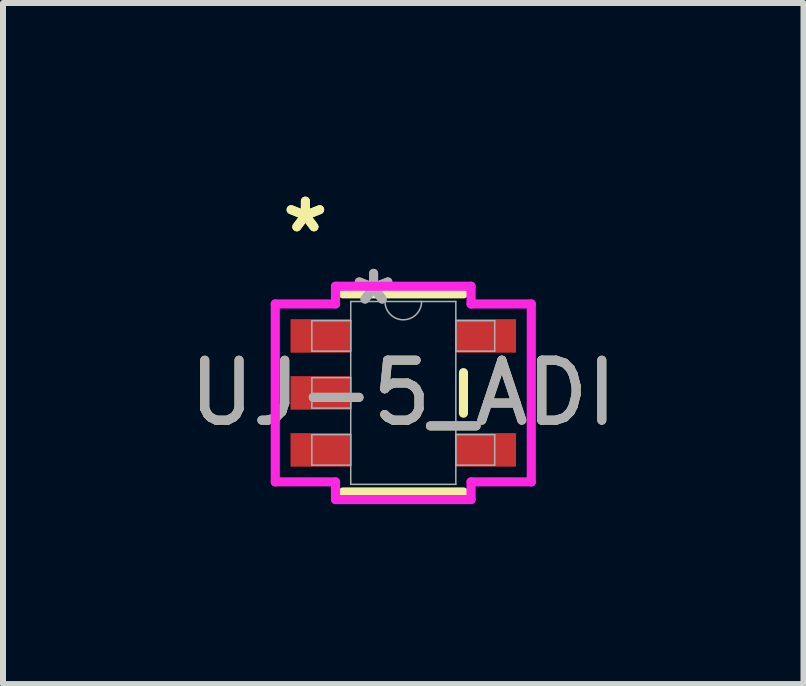
<source format=kicad_pcb>
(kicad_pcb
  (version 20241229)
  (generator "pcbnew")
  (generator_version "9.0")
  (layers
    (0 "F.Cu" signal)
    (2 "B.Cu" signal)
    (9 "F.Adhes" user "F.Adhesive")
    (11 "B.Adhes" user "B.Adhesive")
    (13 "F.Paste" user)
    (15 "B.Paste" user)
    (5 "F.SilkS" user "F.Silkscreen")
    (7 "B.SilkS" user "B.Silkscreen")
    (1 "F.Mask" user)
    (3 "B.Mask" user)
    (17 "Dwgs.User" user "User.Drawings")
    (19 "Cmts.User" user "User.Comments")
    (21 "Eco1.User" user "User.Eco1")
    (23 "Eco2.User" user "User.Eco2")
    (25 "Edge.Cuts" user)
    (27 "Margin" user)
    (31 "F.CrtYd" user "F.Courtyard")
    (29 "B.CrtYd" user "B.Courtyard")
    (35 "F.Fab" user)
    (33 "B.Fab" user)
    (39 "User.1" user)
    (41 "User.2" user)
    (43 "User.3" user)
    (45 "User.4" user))
  (footprint "UJ-5_ADI"
    (layer "F.Cu")
    (at 3.673 3.5)
    (property "Reference" "UJ-5_ADI" (at 0 0 0) (unlocked yes) (layer "F.SilkS") (effects (font (size 1 1) (thickness 0.15))))
    (attr smd)
    (fp_line (start -1.003 1.651) (end 1.003 1.651) (stroke (width 0.152) (type solid)) (layer "F.SilkS"))
    (fp_line (start 1.003 -1.651) (end -1.003 -1.651) (stroke (width 0.152) (type solid)) (layer "F.SilkS"))
    (fp_line (start 1.003 0.338) (end 1.003 -0.338) (stroke (width 0.152) (type solid)) (layer "F.SilkS"))
    (fp_line (start -2.134 -1.483) (end -1.13 -1.483) (stroke (width 0.152) (type solid)) (layer "F.CrtYd"))
    (fp_line (start -2.134 1.483) (end -2.134 -1.483) (stroke (width 0.152) (type solid)) (layer "F.CrtYd"))
    (fp_line (start -2.134 1.483) (end -1.13 1.483) (stroke (width 0.152) (type solid)) (layer "F.CrtYd"))
    (fp_line (start -1.13 -1.778) (end 1.13 -1.778) (stroke (width 0.152) (type solid)) (layer "F.CrtYd"))
    (fp_line (start -1.13 -1.483) (end -1.13 -1.778) (stroke (width 0.152) (type solid)) (layer "F.CrtYd"))
    (fp_line (start -1.13 1.778) (end -1.13 1.483) (stroke (width 0.152) (type solid)) (layer "F.CrtYd"))
    (fp_line (start 1.13 -1.778) (end 1.13 -1.483) (stroke (width 0.152) (type solid)) (layer "F.CrtYd"))
    (fp_line (start 1.13 1.483) (end 1.13 1.778) (stroke (width 0.152) (type solid)) (layer "F.CrtYd"))
    (fp_line (start 1.13 1.778) (end -1.13 1.778) (stroke (width 0.152) (type solid)) (layer "F.CrtYd"))
    (fp_line (start 2.134 -1.483) (end 1.13 -1.483) (stroke (width 0.152) (type solid)) (layer "F.CrtYd"))
    (fp_line (start 2.134 -1.483) (end 2.134 1.483) (stroke (width 0.152) (type solid)) (layer "F.CrtYd"))
    (fp_line (start 2.134 1.483) (end 1.13 1.483) (stroke (width 0.152) (type solid)) (layer "F.CrtYd"))
    (fp_line (start -1.524 -1.204) (end -1.524 -0.696) (stroke (width 0.025) (type solid)) (layer "F.Fab"))
    (fp_line (start -1.524 -0.696) (end -0.876 -0.696) (stroke (width 0.025) (type solid)) (layer "F.Fab"))
    (fp_line (start -1.524 -0.254) (end -1.524 0.254) (stroke (width 0.025) (type solid)) (layer "F.Fab"))
    (fp_line (start -1.524 0.254) (end -0.876 0.254) (stroke (width 0.025) (type solid)) (layer "F.Fab"))
    (fp_line (start -1.524 0.696) (end -1.524 1.204) (stroke (width 0.025) (type solid)) (layer "F.Fab"))
    (fp_line (start -1.524 1.204) (end -0.876 1.204) (stroke (width 0.025) (type solid)) (layer "F.Fab"))
    (fp_line (start -0.876 -1.524) (end -0.876 1.524) (stroke (width 0.025) (type solid)) (layer "F.Fab"))
    (fp_line (start -0.876 -1.204) (end -1.524 -1.204) (stroke (width 0.025) (type solid)) (layer "F.Fab"))
    (fp_line (start -0.876 -0.696) (end -0.876 -1.204) (stroke (width 0.025) (type solid)) (layer "F.Fab"))
    (fp_line (start -0.876 -0.254) (end -1.524 -0.254) (stroke (width 0.025) (type solid)) (layer "F.Fab"))
    (fp_line (start -0.876 0.254) (end -0.876 -0.254) (stroke (width 0.025) (type solid)) (layer "F.Fab"))
    (fp_line (start -0.876 0.696) (end -1.524 0.696) (stroke (width 0.025) (type solid)) (layer "F.Fab"))
    (fp_line (start -0.876 1.204) (end -0.876 0.696) (stroke (width 0.025) (type solid)) (layer "F.Fab"))
    (fp_line (start -0.876 1.524) (end 0.876 1.524) (stroke (width 0.025) (type solid)) (layer "F.Fab"))
    (fp_line (start 0.876 -1.524) (end -0.876 -1.524) (stroke (width 0.025) (type solid)) (layer "F.Fab"))
    (fp_line (start 0.876 -1.204) (end 0.876 -0.696) (stroke (width 0.025) (type solid)) (layer "F.Fab"))
    (fp_line (start 0.876 -0.696) (end 1.524 -0.696) (stroke (width 0.025) (type solid)) (layer "F.Fab"))
    (fp_line (start 0.876 0.696) (end 0.876 1.204) (stroke (width 0.025) (type solid)) (layer "F.Fab"))
    (fp_line (start 0.876 1.204) (end 1.524 1.204) (stroke (width 0.025) (type solid)) (layer "F.Fab"))
    (fp_line (start 0.876 1.524) (end 0.876 -1.524) (stroke (width 0.025) (type solid)) (layer "F.Fab"))
    (fp_line (start 1.524 -1.204) (end 0.876 -1.204) (stroke (width 0.025) (type solid)) (layer "F.Fab"))
    (fp_line (start 1.524 -0.696) (end 1.524 -1.204) (stroke (width 0.025) (type solid)) (layer "F.Fab"))
    (fp_line (start 1.524 0.696) (end 0.876 0.696) (stroke (width 0.025) (type solid)) (layer "F.Fab"))
    (fp_line (start 1.524 1.204) (end 1.524 0.696) (stroke (width 0.025) (type solid)) (layer "F.Fab"))
    (fp_arc (start 0.3048 -1.524) (mid 0 -1.2192) (end -0.3048 -1.524) (stroke (width 0.0254) (type solid)) (layer "F.Fab"))
    (fp_text user "*" (at -1.632 -2.652 0) (unlocked yes) (layer "F.SilkS") (effects (font (size 1 1) (thickness 0.15))))
    (fp_text user "*" (at -1.632 -2.652 0) (layer "F.SilkS") (effects (font (size 1 1) (thickness 0.15))))
    (fp_text user "*" (at -0.495 -1.448 0) (layer "F.Fab") (effects (font (size 1 1) (thickness 0.15))))
    (fp_text user "${REFERENCE}" (at 0 0 0) (unlocked yes) (layer "F.Fab") (effects (font (size 1 1) (thickness 0.15))))
    (fp_text user "*" (at -0.495 -1.448 0) (unlocked yes) (layer "F.Fab") (effects (font (size 1 1) (thickness 0.15))))
    (pad "1" smd rect (at -1.378 -0.95) (size 1.003 0.559) (layers "F.Cu" "F.Mask" "F.Paste"))
    (pad "2" smd rect (at -1.378 0) (size 1.003 0.559) (layers "F.Cu" "F.Mask" "F.Paste"))
    (pad "3" smd rect (at -1.378 0.95) (size 1.003 0.559) (layers "F.Cu" "F.Mask" "F.Paste"))
    (pad "4" smd rect (at 1.378 0.95) (size 1.003 0.559) (layers "F.Cu" "F.Mask" "F.Paste"))
    (pad "5" smd rect (at 1.378 -0.95) (size 1.003 0.559) (layers "F.Cu" "F.Mask" "F.Paste")))
  (gr_rect
    (start -3 -3)
    (end 10.345 8.354)
    (stroke (width 0.1) (type default))
    (fill no)
    (layer "Edge.Cuts")))
</source>
